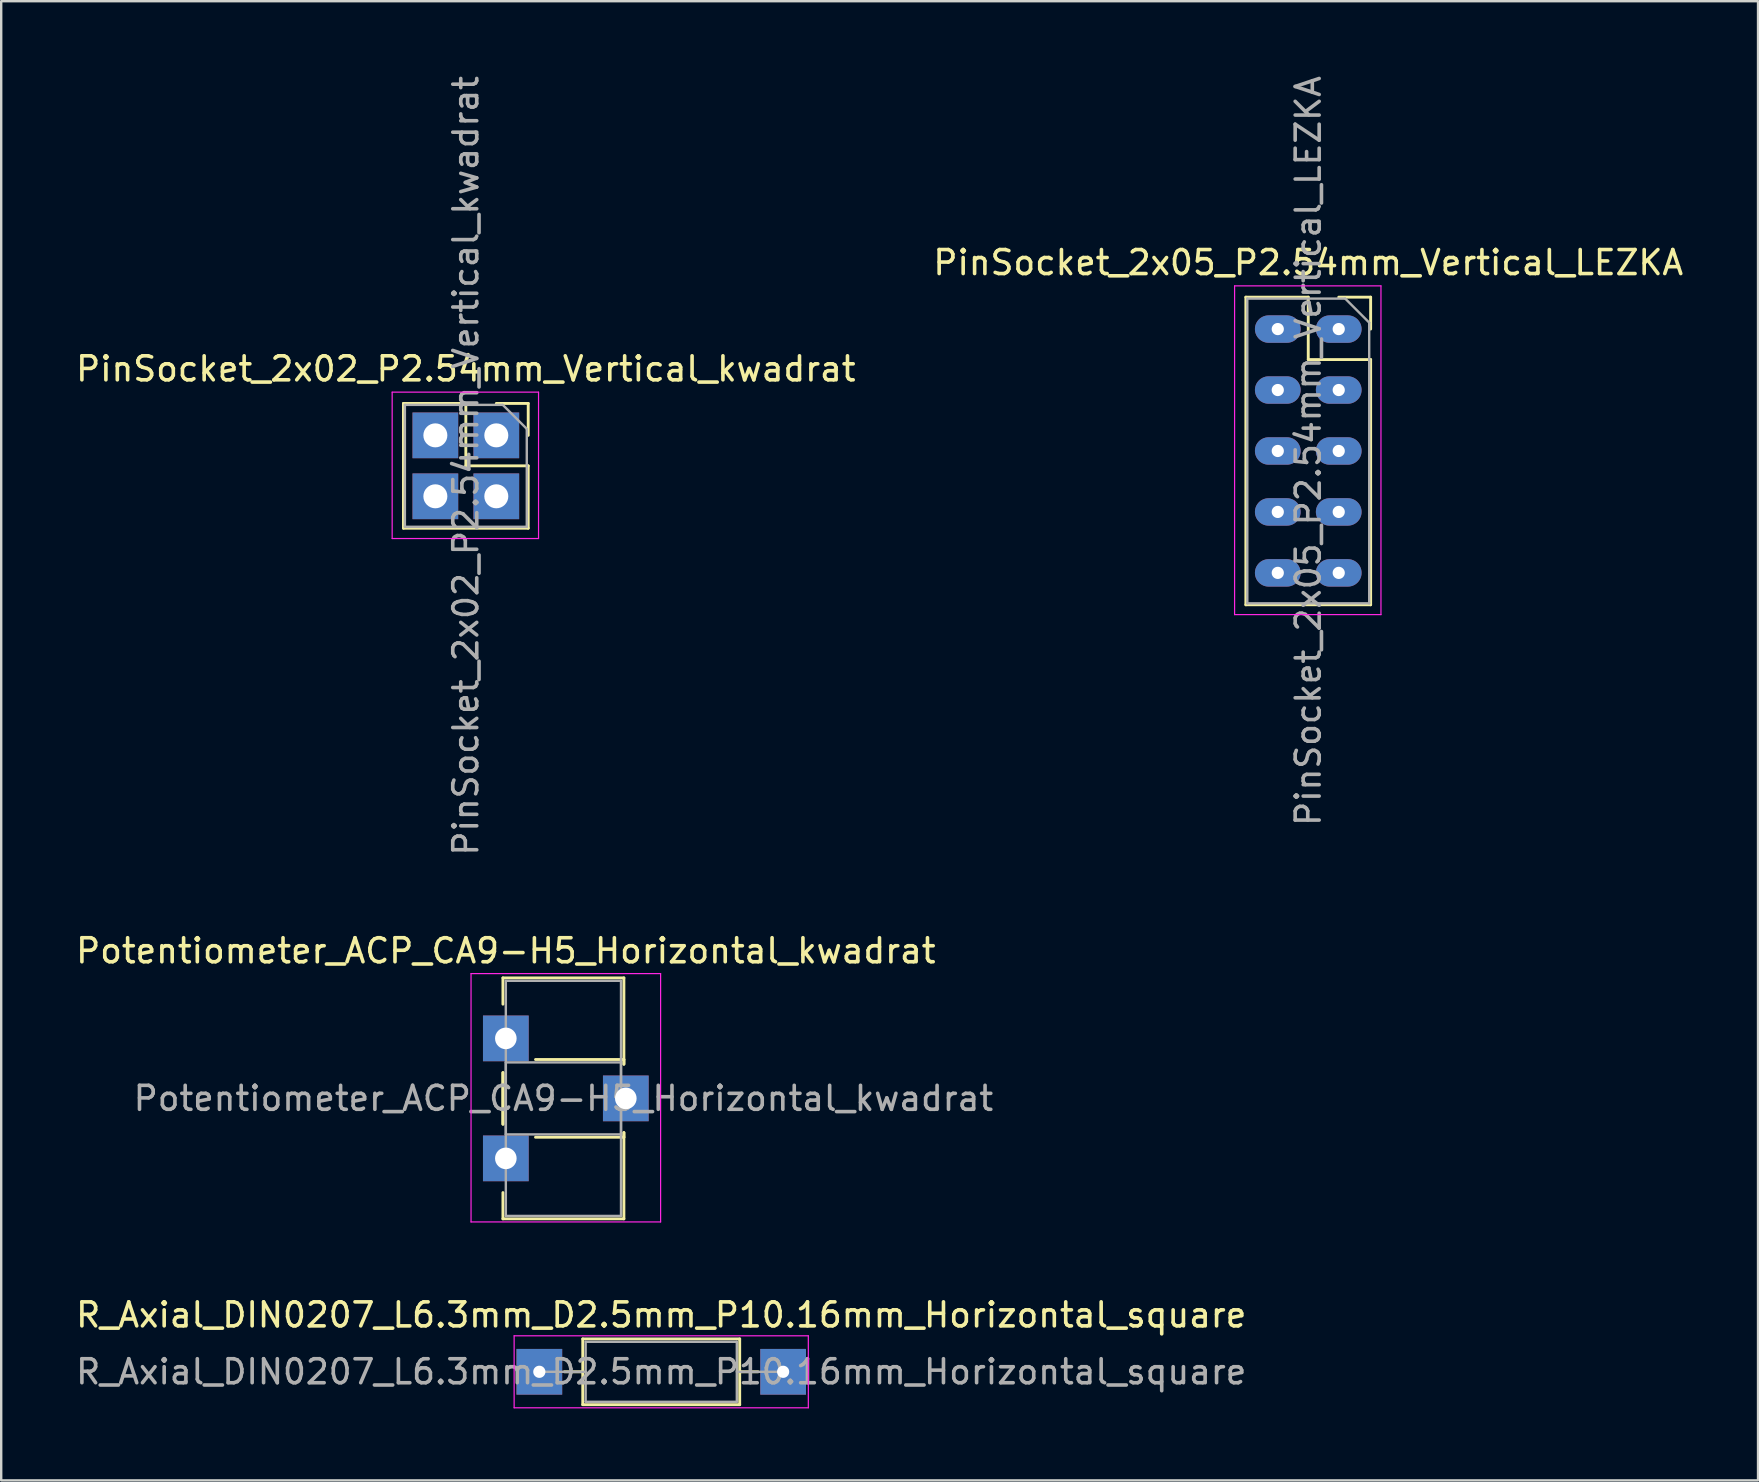
<source format=kicad_pcb>
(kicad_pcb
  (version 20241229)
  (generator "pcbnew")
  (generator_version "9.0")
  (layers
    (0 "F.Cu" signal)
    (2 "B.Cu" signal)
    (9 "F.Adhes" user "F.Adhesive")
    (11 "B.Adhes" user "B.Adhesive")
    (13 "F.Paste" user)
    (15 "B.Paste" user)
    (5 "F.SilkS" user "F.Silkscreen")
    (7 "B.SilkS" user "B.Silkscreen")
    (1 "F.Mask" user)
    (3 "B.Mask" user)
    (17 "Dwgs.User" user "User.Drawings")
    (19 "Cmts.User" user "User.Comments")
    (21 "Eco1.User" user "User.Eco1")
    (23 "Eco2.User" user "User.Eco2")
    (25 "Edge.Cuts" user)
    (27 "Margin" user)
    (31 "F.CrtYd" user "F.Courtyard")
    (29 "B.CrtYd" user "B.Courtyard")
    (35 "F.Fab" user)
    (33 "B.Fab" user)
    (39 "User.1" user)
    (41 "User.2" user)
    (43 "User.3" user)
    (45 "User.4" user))
  (footprint "R_Axial_DIN0207_L6.3mm_D2.5mm_P10.16mm_Horizontal_square"
    (layer "F.Cu")
    (at 19.426 54.118)
    (property "Reference" "R_Axial_DIN0207_L6.3mm_D2.5mm_P10.16mm_Horizontal_square" (at 5.08 -2.37 0) (layer "F.SilkS") (effects (font (size 1 1) (thickness 0.15))))
    (attr through_hole)
    (fp_line (start 1.04 0) (end 1.81 0) (stroke (width 0.12) (type solid)) (layer "F.SilkS"))
    (fp_line (start 1.81 -1.37) (end 1.81 1.37) (stroke (width 0.12) (type solid)) (layer "F.SilkS"))
    (fp_line (start 1.81 1.37) (end 8.35 1.37) (stroke (width 0.12) (type solid)) (layer "F.SilkS"))
    (fp_line (start 8.35 -1.37) (end 1.81 -1.37) (stroke (width 0.12) (type solid)) (layer "F.SilkS"))
    (fp_line (start 8.35 1.37) (end 8.35 -1.37) (stroke (width 0.12) (type solid)) (layer "F.SilkS"))
    (fp_line (start 9.12 0) (end 8.35 0) (stroke (width 0.12) (type solid)) (layer "F.SilkS"))
    (fp_line (start -1.05 -1.5) (end -1.05 1.5) (stroke (width 0.05) (type solid)) (layer "F.CrtYd"))
    (fp_line (start -1.05 1.5) (end 11.21 1.5) (stroke (width 0.05) (type solid)) (layer "F.CrtYd"))
    (fp_line (start 11.21 -1.5) (end -1.05 -1.5) (stroke (width 0.05) (type solid)) (layer "F.CrtYd"))
    (fp_line (start 11.21 1.5) (end 11.21 -1.5) (stroke (width 0.05) (type solid)) (layer "F.CrtYd"))
    (fp_line (start 0 0) (end 1.93 0) (stroke (width 0.1) (type solid)) (layer "F.Fab"))
    (fp_line (start 1.93 -1.25) (end 1.93 1.25) (stroke (width 0.1) (type solid)) (layer "F.Fab"))
    (fp_line (start 1.93 1.25) (end 8.23 1.25) (stroke (width 0.1) (type solid)) (layer "F.Fab"))
    (fp_line (start 8.23 -1.25) (end 1.93 -1.25) (stroke (width 0.1) (type solid)) (layer "F.Fab"))
    (fp_line (start 8.23 1.25) (end 8.23 -1.25) (stroke (width 0.1) (type solid)) (layer "F.Fab"))
    (fp_line (start 10.16 0) (end 8.23 0) (stroke (width 0.1) (type solid)) (layer "F.Fab"))
    (fp_text user "${REFERENCE}" (at 5.08 0 0) (layer "F.Fab") (effects (font (size 1 1) (thickness 0.15))))
    (pad "1" thru_hole rect (at 0 0) (size 1.905 1.905) (drill 0.508) (layers "*.Cu" "*.Mask"))
    (pad "2" thru_hole rect (at 10.16 0) (size 1.905 1.905) (drill 0.508) (layers "*.Cu" "*.Mask")))
  (footprint "PinSocket_2x02_P2.54mm_Vertical_kwadrat"
    (layer "F.Cu")
    (at 17.633 15.093)
    (property "Reference" "PinSocket_2x02_P2.54mm_Vertical_kwadrat" (at -1.27 -2.77 0) (layer "F.SilkS") (effects (font (size 1 1) (thickness 0.15))))
    (attr through_hole)
    (fp_line (start -3.87 -1.33) (end -3.87 3.87) (stroke (width 0.12) (type solid)) (layer "F.SilkS"))
    (fp_line (start -3.87 -1.33) (end -1.27 -1.33) (stroke (width 0.12) (type solid)) (layer "F.SilkS"))
    (fp_line (start -3.87 3.87) (end 1.33 3.87) (stroke (width 0.12) (type solid)) (layer "F.SilkS"))
    (fp_line (start -1.27 -1.33) (end -1.27 1.27) (stroke (width 0.12) (type solid)) (layer "F.SilkS"))
    (fp_line (start -1.27 1.27) (end 1.33 1.27) (stroke (width 0.12) (type solid)) (layer "F.SilkS"))
    (fp_line (start 0 -1.33) (end 1.33 -1.33) (stroke (width 0.12) (type solid)) (layer "F.SilkS"))
    (fp_line (start 1.33 -1.33) (end 1.33 0) (stroke (width 0.12) (type solid)) (layer "F.SilkS"))
    (fp_line (start 1.33 1.27) (end 1.33 3.87) (stroke (width 0.12) (type solid)) (layer "F.SilkS"))
    (fp_line (start -4.34 -1.8) (end 1.76 -1.8) (stroke (width 0.05) (type solid)) (layer "F.CrtYd"))
    (fp_line (start -4.34 4.3) (end -4.34 -1.8) (stroke (width 0.05) (type solid)) (layer "F.CrtYd"))
    (fp_line (start 1.76 -1.8) (end 1.76 4.3) (stroke (width 0.05) (type solid)) (layer "F.CrtYd"))
    (fp_line (start 1.76 4.3) (end -4.34 4.3) (stroke (width 0.05) (type solid)) (layer "F.CrtYd"))
    (fp_line (start -3.81 -1.27) (end 0.27 -1.27) (stroke (width 0.1) (type solid)) (layer "F.Fab"))
    (fp_line (start -3.81 3.81) (end -3.81 -1.27) (stroke (width 0.1) (type solid)) (layer "F.Fab"))
    (fp_line (start 0.27 -1.27) (end 1.27 -0.27) (stroke (width 0.1) (type solid)) (layer "F.Fab"))
    (fp_line (start 1.27 -0.27) (end 1.27 3.81) (stroke (width 0.1) (type solid)) (layer "F.Fab"))
    (fp_line (start 1.27 3.81) (end -3.81 3.81) (stroke (width 0.1) (type solid)) (layer "F.Fab"))
    (fp_text user "${REFERENCE}" (at -1.27 1.27 90) (layer "F.Fab") (effects (font (size 1 1) (thickness 0.15))))
    (pad "1" thru_hole rect (at 0 0) (size 1.905 1.905) (drill 1) (layers "*.Cu" "*.Mask"))
    (pad "2" thru_hole rect (at -2.54 0) (size 1.905 1.905) (drill 1) (layers "*.Cu" "*.Mask"))
    (pad "3" thru_hole rect (at 0 2.54) (size 1.905 1.905) (drill 1) (layers "*.Cu" "*.Mask"))
    (pad "4" thru_hole rect (at -2.54 2.54) (size 1.905 1.905) (drill 1) (layers "*.Cu" "*.Mask")))
  (footprint "PinSocket_2x05_P2.54mm_Vertical_LEZKA"
    (layer "F.Cu")
    (at 52.74 10.664)
    (property "Reference" "PinSocket_2x05_P2.54mm_Vertical_LEZKA" (at -1.27 -2.77 0) (layer "F.SilkS") (effects (font (size 1 1) (thickness 0.15))))
    (attr through_hole)
    (fp_line (start -3.87 -1.33) (end -3.87 11.49) (stroke (width 0.12) (type solid)) (layer "F.SilkS"))
    (fp_line (start -3.87 -1.33) (end -1.27 -1.33) (stroke (width 0.12) (type solid)) (layer "F.SilkS"))
    (fp_line (start -3.87 11.49) (end 1.33 11.49) (stroke (width 0.12) (type solid)) (layer "F.SilkS"))
    (fp_line (start -1.27 -1.33) (end -1.27 1.27) (stroke (width 0.12) (type solid)) (layer "F.SilkS"))
    (fp_line (start -1.27 1.27) (end 1.33 1.27) (stroke (width 0.12) (type solid)) (layer "F.SilkS"))
    (fp_line (start 0 -1.33) (end 1.33 -1.33) (stroke (width 0.12) (type solid)) (layer "F.SilkS"))
    (fp_line (start 1.33 -1.33) (end 1.33 0) (stroke (width 0.12) (type solid)) (layer "F.SilkS"))
    (fp_line (start 1.33 1.27) (end 1.33 11.49) (stroke (width 0.12) (type solid)) (layer "F.SilkS"))
    (fp_line (start -4.34 -1.8) (end 1.76 -1.8) (stroke (width 0.05) (type solid)) (layer "F.CrtYd"))
    (fp_line (start -4.34 11.9) (end -4.34 -1.8) (stroke (width 0.05) (type solid)) (layer "F.CrtYd"))
    (fp_line (start 1.76 -1.8) (end 1.76 11.9) (stroke (width 0.05) (type solid)) (layer "F.CrtYd"))
    (fp_line (start 1.76 11.9) (end -4.34 11.9) (stroke (width 0.05) (type solid)) (layer "F.CrtYd"))
    (fp_line (start -3.81 -1.27) (end 0.27 -1.27) (stroke (width 0.1) (type solid)) (layer "F.Fab"))
    (fp_line (start -3.81 11.43) (end -3.81 -1.27) (stroke (width 0.1) (type solid)) (layer "F.Fab"))
    (fp_line (start 0.27 -1.27) (end 1.27 -0.27) (stroke (width 0.1) (type solid)) (layer "F.Fab"))
    (fp_line (start 1.27 -0.27) (end 1.27 11.43) (stroke (width 0.1) (type solid)) (layer "F.Fab"))
    (fp_line (start 1.27 11.43) (end -3.81 11.43) (stroke (width 0.1) (type solid)) (layer "F.Fab"))
    (fp_text user "${REFERENCE}" (at -1.27 5.08 270) (layer "F.Fab") (effects (font (size 1 1) (thickness 0.15))))
    (pad "1" thru_hole oval (at -2.54 0) (size 1.905 1.143) (drill 0.508) (layers "*.Cu" "*.Mask"))
    (pad "2" thru_hole oval (at -2.54 2.54) (size 1.905 1.143) (drill 0.508) (layers "*.Cu" "*.Mask"))
    (pad "3" thru_hole oval (at -2.54 5.08) (size 1.905 1.143) (drill 0.508) (layers "*.Cu" "*.Mask"))
    (pad "4" thru_hole oval (at -2.54 7.62) (size 1.905 1.143) (drill 0.508) (layers "*.Cu" "*.Mask"))
    (pad "5" thru_hole oval (at -2.54 10.16) (size 1.905 1.143) (drill 0.508) (layers "*.Cu" "*.Mask"))
    (pad "6" thru_hole oval (at 0 10.16) (size 1.905 1.143) (drill 0.508) (layers "*.Cu" "*.Mask"))
    (pad "7" thru_hole oval (at 0 7.62) (size 1.905 1.143) (drill 0.508) (layers "*.Cu" "*.Mask"))
    (pad "8" thru_hole oval (at 0 5.08) (size 1.905 1.143) (drill 0.508) (layers "*.Cu" "*.Mask"))
    (pad "9" thru_hole oval (at 0 2.54) (size 1.905 1.143) (drill 0.508) (layers "*.Cu" "*.Mask"))
    (pad "10" thru_hole oval (at 0 0) (size 1.905 1.143) (drill 0.508) (layers "*.Cu" "*.Mask")))
  (footprint "Potentiometer_ACP_CA9-H5_Horizontal_kwadrat"
    (layer "F.Cu")
    (at 18.03 40.224)
    (property "Reference" "Potentiometer_ACP_CA9-H5_Horizontal_kwadrat" (at 0 -3.65 180) (layer "F.SilkS") (effects (font (size 1 1) (thickness 0.15))))
    (attr through_hole)
    (fp_line (start -0.121 -2.521) (end -0.121 -1.426) (stroke (width 0.12) (type solid)) (layer "F.SilkS"))
    (fp_line (start -0.121 -2.521) (end 4.92 -2.521) (stroke (width 0.12) (type solid)) (layer "F.SilkS"))
    (fp_line (start -0.121 1.426) (end -0.121 3.575) (stroke (width 0.12) (type solid)) (layer "F.SilkS"))
    (fp_line (start -0.121 1.426) (end -0.121 3.575) (stroke (width 0.12) (type solid)) (layer "F.SilkS"))
    (fp_line (start -0.121 6.425) (end -0.121 7.52) (stroke (width 0.12) (type solid)) (layer "F.SilkS"))
    (fp_line (start -0.121 7.52) (end 4.92 7.52) (stroke (width 0.12) (type solid)) (layer "F.SilkS"))
    (fp_line (start 1.237 0.88) (end 4.92 0.88) (stroke (width 0.12) (type solid)) (layer "F.SilkS"))
    (fp_line (start 1.237 4.12) (end 4.92 4.12) (stroke (width 0.12) (type solid)) (layer "F.SilkS"))
    (fp_line (start 4.92 -2.521) (end 4.92 1.075) (stroke (width 0.12) (type solid)) (layer "F.SilkS"))
    (fp_line (start 4.92 0.88) (end 4.92 1.075) (stroke (width 0.12) (type solid)) (layer "F.SilkS"))
    (fp_line (start 4.92 3.925) (end 4.92 4.12) (stroke (width 0.12) (type solid)) (layer "F.SilkS"))
    (fp_line (start 4.92 3.925) (end 4.92 7.52) (stroke (width 0.12) (type solid)) (layer "F.SilkS"))
    (fp_line (start -1.45 -2.7) (end -1.45 7.65) (stroke (width 0.05) (type solid)) (layer "F.CrtYd"))
    (fp_line (start -1.45 7.65) (end 6.45 7.65) (stroke (width 0.05) (type solid)) (layer "F.CrtYd"))
    (fp_line (start 6.45 -2.7) (end -1.45 -2.7) (stroke (width 0.05) (type solid)) (layer "F.CrtYd"))
    (fp_line (start 6.45 7.65) (end 6.45 -2.7) (stroke (width 0.05) (type solid)) (layer "F.CrtYd"))
    (fp_line (start 0 -2.4) (end 4.8 -2.4) (stroke (width 0.1) (type solid)) (layer "F.Fab"))
    (fp_line (start 0 1) (end 0 4) (stroke (width 0.1) (type solid)) (layer "F.Fab"))
    (fp_line (start 0 4) (end 4.8 4) (stroke (width 0.1) (type solid)) (layer "F.Fab"))
    (fp_line (start 0 7.4) (end 0 -2.4) (stroke (width 0.1) (type solid)) (layer "F.Fab"))
    (fp_line (start 4.8 -2.4) (end 4.8 7.4) (stroke (width 0.1) (type solid)) (layer "F.Fab"))
    (fp_line (start 4.8 1) (end 0 1) (stroke (width 0.1) (type solid)) (layer "F.Fab"))
    (fp_line (start 4.8 4) (end 4.8 1) (stroke (width 0.1) (type solid)) (layer "F.Fab"))
    (fp_line (start 4.8 7.4) (end 0 7.4) (stroke (width 0.1) (type solid)) (layer "F.Fab"))
    (fp_text user "${REFERENCE}" (at 2.4 2.5 180) (layer "F.Fab") (effects (font (size 1 1) (thickness 0.15))))
    (pad "1" thru_hole rect (at 0 0) (size 1.905 1.905) (drill 0.9) (layers "*.Cu" "*.Mask"))
    (pad "2" thru_hole rect (at 5 2.5) (size 1.905 1.905) (drill 0.9) (layers "*.Cu" "*.Mask"))
    (pad "3" thru_hole rect (at 0 5) (size 1.905 1.905) (drill 0.9) (layers "*.Cu" "*.Mask")))
  (gr_rect
    (start -3 -3)
    (end 70.214 58.643)
    (stroke (width 0.1) (type default))
    (fill no)
    (layer "Edge.Cuts")))
</source>
